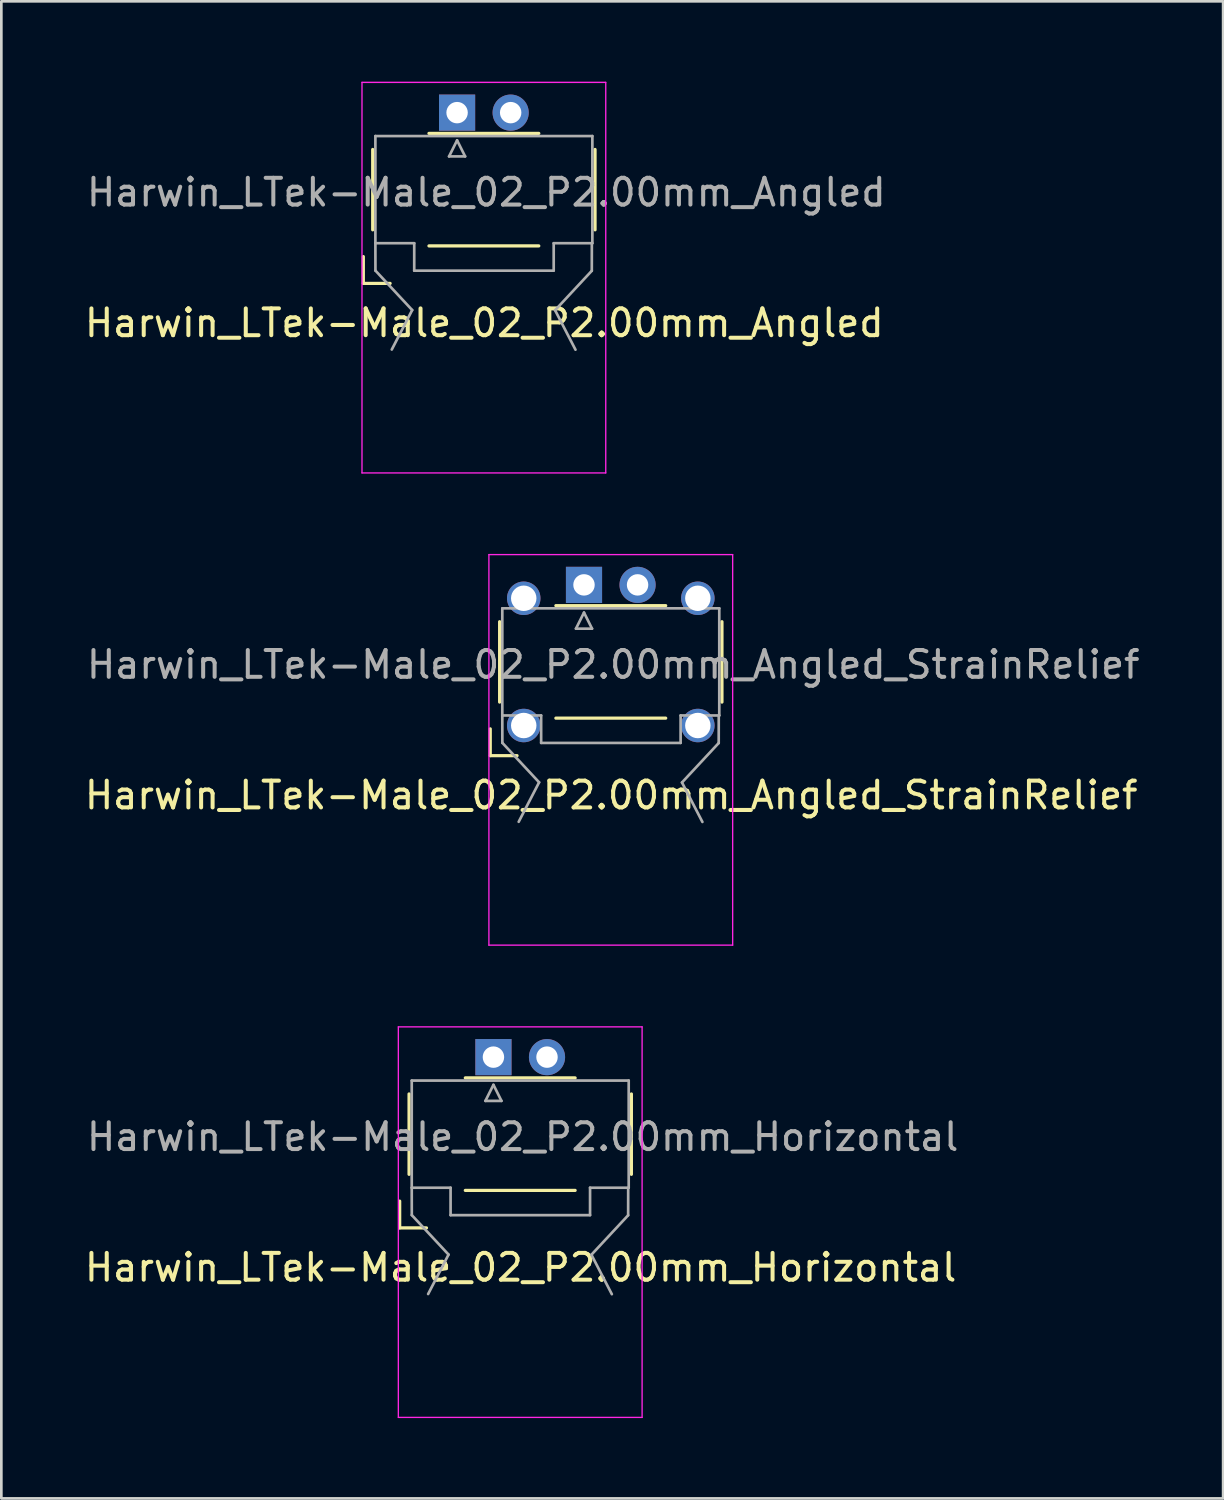
<source format=kicad_pcb>
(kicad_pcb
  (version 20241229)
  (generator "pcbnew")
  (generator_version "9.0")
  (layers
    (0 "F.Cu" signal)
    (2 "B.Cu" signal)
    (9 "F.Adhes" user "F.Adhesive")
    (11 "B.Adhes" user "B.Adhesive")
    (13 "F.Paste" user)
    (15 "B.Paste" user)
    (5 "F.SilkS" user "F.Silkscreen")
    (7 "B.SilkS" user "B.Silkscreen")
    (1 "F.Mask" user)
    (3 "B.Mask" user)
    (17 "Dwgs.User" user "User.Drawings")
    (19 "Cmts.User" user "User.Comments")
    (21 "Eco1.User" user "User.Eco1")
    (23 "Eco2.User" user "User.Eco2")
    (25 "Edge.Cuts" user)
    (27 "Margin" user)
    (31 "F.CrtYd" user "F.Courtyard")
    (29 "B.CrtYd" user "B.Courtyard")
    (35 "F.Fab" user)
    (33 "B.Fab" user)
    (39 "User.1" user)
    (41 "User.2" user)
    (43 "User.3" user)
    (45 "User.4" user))
  (footprint "Harwin_LTek-Male_02_P2.00mm_Horizontal"
    (layer "F.Cu")
    (at 15.371 36.415)
    (property "Reference" "Harwin_LTek-Male_02_P2.00mm_Horizontal" (at 1.016 7.853 180) (layer "F.SilkS") (effects (font (size 1 1) (thickness 0.15))))
    (attr through_hole)
    (fp_line (start -3.5 5.375) (end -3.5 6.375) (stroke (width 0.12) (type solid)) (layer "F.SilkS"))
    (fp_line (start -3.5 6.375) (end -2.5 6.375) (stroke (width 0.12) (type solid)) (layer "F.SilkS"))
    (fp_line (start -3.15 1.375) (end -3.15 4.375) (stroke (width 0.12) (type solid)) (layer "F.SilkS"))
    (fp_line (start -1.05 0.775) (end 3.05 0.775) (stroke (width 0.12) (type solid)) (layer "F.SilkS"))
    (fp_line (start -1.05 4.975) (end 3.05 4.975) (stroke (width 0.12) (type solid)) (layer "F.SilkS"))
    (fp_line (start 5.15 1.375) (end 5.15 4.375) (stroke (width 0.12) (type solid)) (layer "F.SilkS"))
    (fp_line (start -3.55 -1.13) (end -3.55 13.45) (stroke (width 0.05) (type solid)) (layer "F.CrtYd"))
    (fp_line (start -3.55 13.45) (end 5.55 13.45) (stroke (width 0.05) (type solid)) (layer "F.CrtYd"))
    (fp_line (start 5.55 -1.13) (end -3.55 -1.13) (stroke (width 0.05) (type solid)) (layer "F.CrtYd"))
    (fp_line (start 5.55 13.45) (end 5.55 -1.13) (stroke (width 0.05) (type solid)) (layer "F.CrtYd"))
    (fp_line (start -3.05 0.875) (end -3.05 4.875) (stroke (width 0.1) (type solid)) (layer "F.Fab"))
    (fp_line (start -3.048 5.898) (end -3.05 4.875) (stroke (width 0.1) (type solid)) (layer "F.Fab"))
    (fp_line (start -3.043 4.875) (end -1.6 4.875) (stroke (width 0.1) (type solid)) (layer "F.Fab"))
    (fp_line (start -1.676 7.371) (end -3.048 5.898) (stroke (width 0.1) (type solid)) (layer "F.Fab"))
    (fp_line (start -1.676 7.371) (end -2.438 8.844) (stroke (width 0.1) (type solid)) (layer "F.Fab"))
    (fp_line (start -1.6 4.875) (end -1.6 5.898) (stroke (width 0.1) (type solid)) (layer "F.Fab"))
    (fp_line (start -1.6 5.9) (end 3.607 5.9) (stroke (width 0.1) (type solid)) (layer "F.Fab"))
    (fp_line (start -0.3 1.634) (end 0.3 1.634) (stroke (width 0.1) (type solid)) (layer "F.Fab"))
    (fp_line (start 0 1.034) (end -0.3 1.634) (stroke (width 0.1) (type solid)) (layer "F.Fab"))
    (fp_line (start 0.3 1.634) (end 0 1.034) (stroke (width 0.1) (type solid)) (layer "F.Fab"))
    (fp_line (start 3.607 4.875) (end 5.05 4.875) (stroke (width 0.1) (type solid)) (layer "F.Fab"))
    (fp_line (start 3.607 5.898) (end 3.607 4.875) (stroke (width 0.1) (type solid)) (layer "F.Fab"))
    (fp_line (start 3.658 7.377) (end 4.42 8.85) (stroke (width 0.1) (type solid)) (layer "F.Fab"))
    (fp_line (start 3.658 7.377) (end 5.029 5.904) (stroke (width 0.1) (type solid)) (layer "F.Fab"))
    (fp_line (start 5.029 5.904) (end 5.031 4.881) (stroke (width 0.1) (type solid)) (layer "F.Fab"))
    (fp_line (start 5.05 0.875) (end -3.05 0.875) (stroke (width 0.1) (type solid)) (layer "F.Fab"))
    (fp_line (start 5.05 4.875) (end 5.05 0.875) (stroke (width 0.1) (type solid)) (layer "F.Fab"))
    (fp_text user "${REFERENCE}" (at 1.092 2.977 0) (layer "F.Fab") (effects (font (size 1 1) (thickness 0.15))))
    (pad "1" thru_hole rect (at 0 0) (size 1.35 1.35) (drill 0.8) (layers "*.Cu" "*.Mask"))
    (pad "2" thru_hole circle (at 2 0) (size 1.35 1.35) (drill 0.8) (layers "*.Cu" "*.Mask")))
  (footprint "Harwin_LTek-Male_02_P2.00mm_Angled_StrainRelief"
    (layer "F.Cu")
    (at 18.752 18.785)
    (property "Reference" "Harwin_LTek-Male_02_P2.00mm_Angled_StrainRelief" (at 1.016 7.853 180) (layer "F.SilkS") (effects (font (size 1 1) (thickness 0.15))))
    (attr through_hole)
    (fp_line (start -3.5 5.375) (end -3.5 6.375) (stroke (width 0.12) (type solid)) (layer "F.SilkS"))
    (fp_line (start -3.5 6.375) (end -2.5 6.375) (stroke (width 0.12) (type solid)) (layer "F.SilkS"))
    (fp_line (start -3.15 1.375) (end -3.15 4.375) (stroke (width 0.12) (type solid)) (layer "F.SilkS"))
    (fp_line (start -1.05 0.775) (end 3.05 0.775) (stroke (width 0.12) (type solid)) (layer "F.SilkS"))
    (fp_line (start -1.05 4.975) (end 3.05 4.975) (stroke (width 0.12) (type solid)) (layer "F.SilkS"))
    (fp_line (start 5.15 1.375) (end 5.15 4.375) (stroke (width 0.12) (type solid)) (layer "F.SilkS"))
    (fp_line (start -3.55 -1.13) (end -3.55 13.45) (stroke (width 0.05) (type solid)) (layer "F.CrtYd"))
    (fp_line (start -3.55 13.45) (end 5.55 13.45) (stroke (width 0.05) (type solid)) (layer "F.CrtYd"))
    (fp_line (start 5.55 -1.13) (end -3.55 -1.13) (stroke (width 0.05) (type solid)) (layer "F.CrtYd"))
    (fp_line (start 5.55 13.45) (end 5.55 -1.13) (stroke (width 0.05) (type solid)) (layer "F.CrtYd"))
    (fp_line (start -3.05 0.875) (end -3.05 4.875) (stroke (width 0.1) (type solid)) (layer "F.Fab"))
    (fp_line (start -3.048 5.898) (end -3.05 4.875) (stroke (width 0.1) (type solid)) (layer "F.Fab"))
    (fp_line (start -3.043 4.875) (end -1.6 4.875) (stroke (width 0.1) (type solid)) (layer "F.Fab"))
    (fp_line (start -1.676 7.371) (end -3.048 5.898) (stroke (width 0.1) (type solid)) (layer "F.Fab"))
    (fp_line (start -1.676 7.371) (end -2.438 8.844) (stroke (width 0.1) (type solid)) (layer "F.Fab"))
    (fp_line (start -1.6 4.875) (end -1.6 5.898) (stroke (width 0.1) (type solid)) (layer "F.Fab"))
    (fp_line (start -1.6 5.9) (end 3.607 5.9) (stroke (width 0.1) (type solid)) (layer "F.Fab"))
    (fp_line (start -0.3 1.634) (end 0.3 1.634) (stroke (width 0.1) (type solid)) (layer "F.Fab"))
    (fp_line (start 0 1.034) (end -0.3 1.634) (stroke (width 0.1) (type solid)) (layer "F.Fab"))
    (fp_line (start 0.3 1.634) (end 0 1.034) (stroke (width 0.1) (type solid)) (layer "F.Fab"))
    (fp_line (start 3.607 4.875) (end 5.05 4.875) (stroke (width 0.1) (type solid)) (layer "F.Fab"))
    (fp_line (start 3.607 5.898) (end 3.607 4.875) (stroke (width 0.1) (type solid)) (layer "F.Fab"))
    (fp_line (start 3.658 7.377) (end 4.42 8.85) (stroke (width 0.1) (type solid)) (layer "F.Fab"))
    (fp_line (start 3.658 7.377) (end 5.029 5.904) (stroke (width 0.1) (type solid)) (layer "F.Fab"))
    (fp_line (start 5.029 5.904) (end 5.031 4.881) (stroke (width 0.1) (type solid)) (layer "F.Fab"))
    (fp_line (start 5.05 0.875) (end -3.05 0.875) (stroke (width 0.1) (type solid)) (layer "F.Fab"))
    (fp_line (start 5.05 4.875) (end 5.05 0.875) (stroke (width 0.1) (type solid)) (layer "F.Fab"))
    (fp_text user "${REFERENCE}" (at 1.092 2.977 0) (layer "F.Fab") (effects (font (size 1 1) (thickness 0.15))))
    (pad "" thru_hole circle (at -2.25 0.5) (size 1.25 1.25) (drill 0.95) (layers "*.Cu" "*.Mask"))
    (pad "" thru_hole circle (at -2.25 5.25) (size 1.25 1.25) (drill 0.95) (layers "*.Cu" "*.Mask"))
    (pad "" thru_hole circle (at 4.25 0.5) (size 1.25 1.25) (drill 0.95) (layers "*.Cu" "*.Mask"))
    (pad "" thru_hole circle (at 4.25 5.25) (size 1.25 1.25) (drill 0.95) (layers "*.Cu" "*.Mask"))
    (pad "1" thru_hole rect (at 0 0) (size 1.35 1.35) (drill 0.8) (layers "*.Cu" "*.Mask"))
    (pad "2" thru_hole circle (at 2 0) (size 1.35 1.35) (drill 0.8) (layers "*.Cu" "*.Mask")))
  (footprint "Harwin_LTek-Male_02_P2.00mm_Angled"
    (layer "F.Cu")
    (at 14.014 1.155)
    (property "Reference" "Harwin_LTek-Male_02_P2.00mm_Angled" (at 1.016 7.853 180) (layer "F.SilkS") (effects (font (size 1 1) (thickness 0.15))))
    (attr through_hole)
    (fp_line (start -3.5 5.375) (end -3.5 6.375) (stroke (width 0.12) (type solid)) (layer "F.SilkS"))
    (fp_line (start -3.5 6.375) (end -2.5 6.375) (stroke (width 0.12) (type solid)) (layer "F.SilkS"))
    (fp_line (start -3.15 1.375) (end -3.15 4.375) (stroke (width 0.12) (type solid)) (layer "F.SilkS"))
    (fp_line (start -1.05 0.775) (end 3.05 0.775) (stroke (width 0.12) (type solid)) (layer "F.SilkS"))
    (fp_line (start -1.05 4.975) (end 3.05 4.975) (stroke (width 0.12) (type solid)) (layer "F.SilkS"))
    (fp_line (start 5.15 1.375) (end 5.15 4.375) (stroke (width 0.12) (type solid)) (layer "F.SilkS"))
    (fp_line (start -3.55 -1.13) (end -3.55 13.45) (stroke (width 0.05) (type solid)) (layer "F.CrtYd"))
    (fp_line (start -3.55 13.45) (end 5.55 13.45) (stroke (width 0.05) (type solid)) (layer "F.CrtYd"))
    (fp_line (start 5.55 -1.13) (end -3.55 -1.13) (stroke (width 0.05) (type solid)) (layer "F.CrtYd"))
    (fp_line (start 5.55 13.45) (end 5.55 -1.13) (stroke (width 0.05) (type solid)) (layer "F.CrtYd"))
    (fp_line (start -3.05 0.875) (end -3.05 4.875) (stroke (width 0.1) (type solid)) (layer "F.Fab"))
    (fp_line (start -3.048 5.898) (end -3.05 4.875) (stroke (width 0.1) (type solid)) (layer "F.Fab"))
    (fp_line (start -3.043 4.875) (end -1.6 4.875) (stroke (width 0.1) (type solid)) (layer "F.Fab"))
    (fp_line (start -1.676 7.371) (end -3.048 5.898) (stroke (width 0.1) (type solid)) (layer "F.Fab"))
    (fp_line (start -1.676 7.371) (end -2.438 8.844) (stroke (width 0.1) (type solid)) (layer "F.Fab"))
    (fp_line (start -1.6 4.875) (end -1.6 5.898) (stroke (width 0.1) (type solid)) (layer "F.Fab"))
    (fp_line (start -1.6 5.9) (end 3.607 5.9) (stroke (width 0.1) (type solid)) (layer "F.Fab"))
    (fp_line (start -0.3 1.634) (end 0.3 1.634) (stroke (width 0.1) (type solid)) (layer "F.Fab"))
    (fp_line (start 0 1.034) (end -0.3 1.634) (stroke (width 0.1) (type solid)) (layer "F.Fab"))
    (fp_line (start 0.3 1.634) (end 0 1.034) (stroke (width 0.1) (type solid)) (layer "F.Fab"))
    (fp_line (start 3.607 4.875) (end 5.05 4.875) (stroke (width 0.1) (type solid)) (layer "F.Fab"))
    (fp_line (start 3.607 5.898) (end 3.607 4.875) (stroke (width 0.1) (type solid)) (layer "F.Fab"))
    (fp_line (start 3.658 7.377) (end 4.42 8.85) (stroke (width 0.1) (type solid)) (layer "F.Fab"))
    (fp_line (start 3.658 7.377) (end 5.029 5.904) (stroke (width 0.1) (type solid)) (layer "F.Fab"))
    (fp_line (start 5.029 5.904) (end 5.031 4.881) (stroke (width 0.1) (type solid)) (layer "F.Fab"))
    (fp_line (start 5.05 0.875) (end -3.05 0.875) (stroke (width 0.1) (type solid)) (layer "F.Fab"))
    (fp_line (start 5.05 4.875) (end 5.05 0.875) (stroke (width 0.1) (type solid)) (layer "F.Fab"))
    (fp_text user "${REFERENCE}" (at 1.092 2.977 0) (layer "F.Fab") (effects (font (size 1 1) (thickness 0.15))))
    (pad "1" thru_hole rect (at 0 0) (size 1.35 1.35) (drill 0.8) (layers "*.Cu" "*.Mask"))
    (pad "2" thru_hole circle (at 2 0) (size 1.35 1.35) (drill 0.8) (layers "*.Cu" "*.Mask")))
  (gr_rect
    (start -3 -3)
    (end 42.612 52.89)
    (stroke (width 0.1) (type default))
    (fill no)
    (layer "Edge.Cuts")))
</source>
